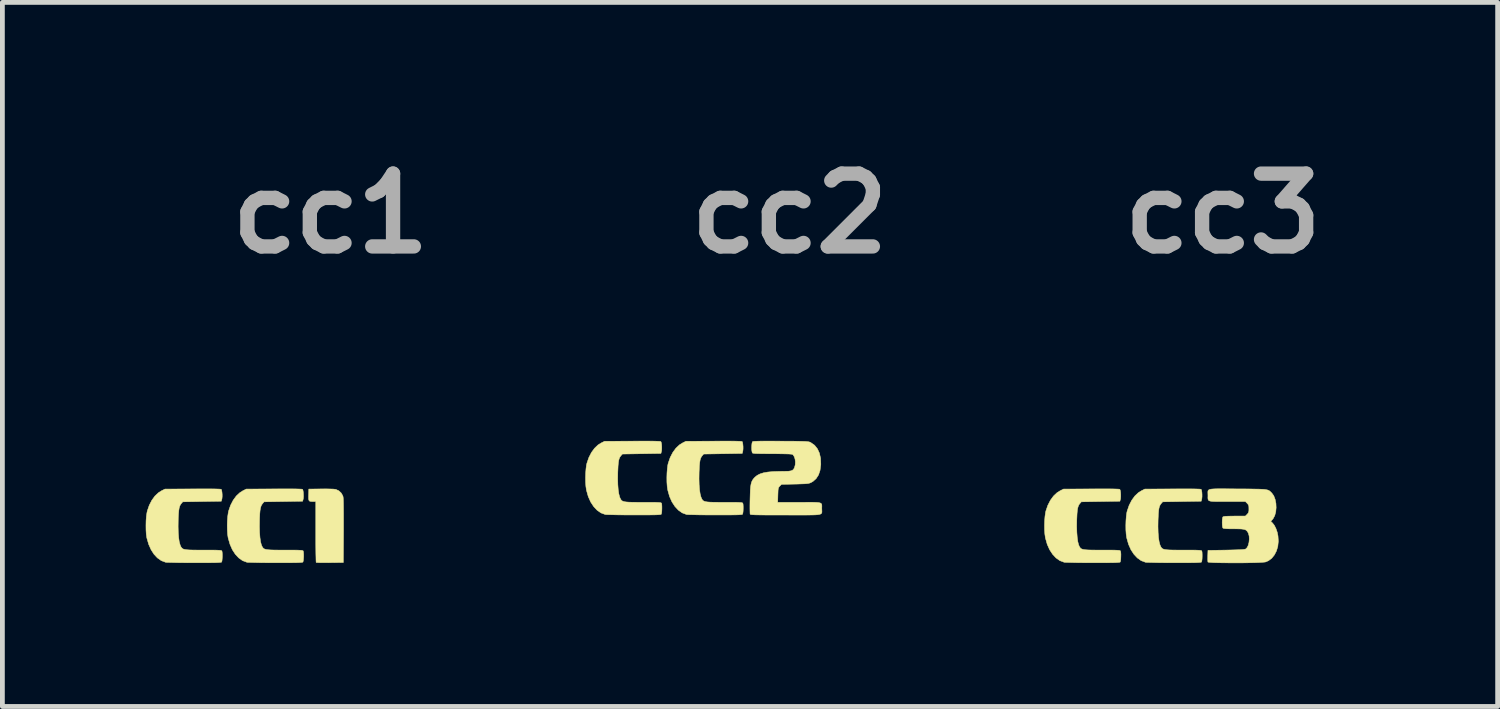
<source format=kicad_pcb>
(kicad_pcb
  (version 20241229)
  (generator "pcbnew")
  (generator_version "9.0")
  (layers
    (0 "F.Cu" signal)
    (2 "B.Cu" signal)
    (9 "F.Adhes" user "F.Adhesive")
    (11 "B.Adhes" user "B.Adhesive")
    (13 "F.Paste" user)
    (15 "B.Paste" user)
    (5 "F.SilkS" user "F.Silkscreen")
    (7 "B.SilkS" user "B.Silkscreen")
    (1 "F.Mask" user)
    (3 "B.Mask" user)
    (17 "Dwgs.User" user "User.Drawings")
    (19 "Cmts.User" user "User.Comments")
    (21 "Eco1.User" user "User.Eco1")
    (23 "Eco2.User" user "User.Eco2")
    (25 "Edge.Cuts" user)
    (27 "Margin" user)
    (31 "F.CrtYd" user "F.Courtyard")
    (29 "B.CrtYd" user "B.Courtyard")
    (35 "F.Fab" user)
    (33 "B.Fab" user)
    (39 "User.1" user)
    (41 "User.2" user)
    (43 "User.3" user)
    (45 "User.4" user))
  (footprint "cc3"
    (layer "F.Cu")
    (at 25.045 6.418)
    (property "Reference" "cc3" (at -2.5 -5 0) (layer "F.Fab") (effects (font (size 1.524 1.524) (thickness 0.3))))
    (attr through_hole)
    (fp_poly (pts (xy -4.891 0.764) (xy -4.803 0.765) (xy -4.734 0.767) (xy -4.686 0.769) (xy -4.661 0.772) (xy -4.658 0.773) (xy -4.649 0.794) (xy -4.642 0.832) (xy -4.639 0.88) (xy -4.639 0.928) (xy -4.642 0.968) (xy -4.644 0.978) (xy -4.656 1.022) (xy -5.463 1.035) (xy -5.493 1.07) (xy -5.513 1.096) (xy -5.527 1.127) (xy -5.539 1.166) (xy -5.547 1.218) (xy -5.553 1.285) (xy -5.557 1.373) (xy -5.559 1.416) (xy -5.561 1.552) (xy -5.557 1.675) (xy -5.549 1.781) (xy -5.537 1.868) (xy -5.52 1.933) (xy -5.514 1.948) (xy -5.502 1.974) (xy -5.489 1.994) (xy -5.474 2.011) (xy -5.452 2.023) (xy -5.422 2.032) (xy -5.38 2.038) (xy -5.324 2.042) (xy -5.25 2.044) (xy -5.158 2.045) (xy -5.043 2.045) (xy -5.031 2.045) (xy -4.922 2.045) (xy -4.835 2.045) (xy -4.769 2.046) (xy -4.719 2.048) (xy -4.685 2.05) (xy -4.663 2.053) (xy -4.65 2.058) (xy -4.644 2.063) (xy -4.643 2.065) (xy -4.638 2.092) (xy -4.635 2.134) (xy -4.636 2.183) (xy -4.638 2.231) (xy -4.643 2.271) (xy -4.649 2.294) (xy -4.651 2.296) (xy -4.661 2.3) (xy -4.686 2.303) (xy -4.726 2.306) (xy -4.782 2.308) (xy -4.858 2.309) (xy -4.954 2.31) (xy -5.072 2.31) (xy -5.214 2.31) (xy -5.225 2.31) (xy -5.344 2.31) (xy -5.455 2.309) (xy -5.557 2.308) (xy -5.647 2.306) (xy -5.722 2.304) (xy -5.778 2.303) (xy -5.814 2.301) (xy -5.825 2.299) (xy -5.913 2.266) (xy -5.993 2.209) (xy -6.065 2.132) (xy -6.127 2.037) (xy -6.177 1.925) (xy -6.213 1.798) (xy -6.217 1.779) (xy -6.227 1.709) (xy -6.233 1.623) (xy -6.234 1.528) (xy -6.231 1.431) (xy -6.224 1.341) (xy -6.213 1.264) (xy -6.205 1.226) (xy -6.164 1.107) (xy -6.11 1.002) (xy -6.045 0.913) (xy -5.972 0.844) (xy -5.908 0.804) (xy -5.836 0.768) (xy -5.253 0.765) (xy -5.118 0.764) (xy -4.996 0.764) (xy -4.891 0.764)) (stroke (width 0.01) (type solid)) (fill yes) (layer "F.SilkS"))
    (fp_poly (pts (xy -3.189 0.764) (xy -3.101 0.765) (xy -3.032 0.767) (xy -2.984 0.769) (xy -2.959 0.772) (xy -2.956 0.773) (xy -2.947 0.794) (xy -2.94 0.832) (xy -2.937 0.88) (xy -2.937 0.928) (xy -2.941 0.968) (xy -2.943 0.978) (xy -2.954 1.022) (xy -3.761 1.035) (xy -3.791 1.07) (xy -3.811 1.096) (xy -3.826 1.127) (xy -3.837 1.166) (xy -3.845 1.218) (xy -3.851 1.285) (xy -3.855 1.373) (xy -3.857 1.416) (xy -3.859 1.552) (xy -3.856 1.675) (xy -3.848 1.781) (xy -3.835 1.868) (xy -3.818 1.933) (xy -3.812 1.948) (xy -3.8 1.974) (xy -3.788 1.994) (xy -3.772 2.011) (xy -3.75 2.023) (xy -3.72 2.032) (xy -3.678 2.038) (xy -3.622 2.042) (xy -3.549 2.044) (xy -3.456 2.045) (xy -3.341 2.045) (xy -3.329 2.045) (xy -3.22 2.045) (xy -3.133 2.045) (xy -3.067 2.046) (xy -3.018 2.048) (xy -2.983 2.05) (xy -2.961 2.053) (xy -2.948 2.058) (xy -2.942 2.063) (xy -2.941 2.065) (xy -2.936 2.092) (xy -2.934 2.134) (xy -2.934 2.183) (xy -2.936 2.231) (xy -2.941 2.271) (xy -2.947 2.294) (xy -2.949 2.296) (xy -2.96 2.3) (xy -2.984 2.303) (xy -3.024 2.306) (xy -3.081 2.308) (xy -3.156 2.309) (xy -3.252 2.31) (xy -3.37 2.31) (xy -3.512 2.31) (xy -3.524 2.31) (xy -3.642 2.31) (xy -3.753 2.309) (xy -3.855 2.308) (xy -3.945 2.306) (xy -4.02 2.304) (xy -4.077 2.303) (xy -4.112 2.301) (xy -4.123 2.299) (xy -4.211 2.266) (xy -4.291 2.209) (xy -4.363 2.132) (xy -4.425 2.037) (xy -4.475 1.925) (xy -4.511 1.798) (xy -4.515 1.779) (xy -4.525 1.709) (xy -4.531 1.623) (xy -4.532 1.528) (xy -4.529 1.431) (xy -4.522 1.341) (xy -4.512 1.264) (xy -4.503 1.226) (xy -4.462 1.107) (xy -4.408 1.002) (xy -4.343 0.913) (xy -4.27 0.844) (xy -4.206 0.804) (xy -4.134 0.768) (xy -3.551 0.765) (xy -3.416 0.764) (xy -3.295 0.764) (xy -3.189 0.764)) (stroke (width 0.01) (type solid)) (fill yes) (layer "F.SilkS"))
    (fp_poly (pts (xy -2.494 0.762) (xy -2.384 0.763) (xy -2.251 0.764) (xy -2.194 0.765) (xy -2.051 0.765) (xy -1.931 0.766) (xy -1.832 0.768) (xy -1.751 0.769) (xy -1.686 0.772) (xy -1.635 0.775) (xy -1.596 0.781) (xy -1.566 0.787) (xy -1.542 0.796) (xy -1.524 0.807) (xy -1.507 0.821) (xy -1.491 0.837) (xy -1.476 0.852) (xy -1.435 0.91) (xy -1.407 0.984) (xy -1.39 1.069) (xy -1.386 1.157) (xy -1.394 1.244) (xy -1.415 1.323) (xy -1.449 1.387) (xy -1.46 1.401) (xy -1.498 1.444) (xy -1.461 1.479) (xy -1.424 1.527) (xy -1.39 1.594) (xy -1.363 1.672) (xy -1.347 1.75) (xy -1.34 1.861) (xy -1.351 1.966) (xy -1.379 2.062) (xy -1.422 2.146) (xy -1.478 2.216) (xy -1.546 2.267) (xy -1.605 2.293) (xy -1.633 2.297) (xy -1.681 2.301) (xy -1.747 2.305) (xy -1.827 2.308) (xy -1.919 2.31) (xy -2.019 2.312) (xy -2.125 2.313) (xy -2.233 2.313) (xy -2.34 2.313) (xy -2.443 2.312) (xy -2.539 2.311) (xy -2.626 2.309) (xy -2.7 2.307) (xy -2.758 2.303) (xy -2.797 2.3) (xy -2.814 2.295) (xy -2.814 2.295) (xy -2.816 2.275) (xy -2.818 2.237) (xy -2.817 2.187) (xy -2.817 2.164) (xy -2.813 2.051) (xy -2.432 2.045) (xy -2.307 2.042) (xy -2.206 2.039) (xy -2.128 2.036) (xy -2.072 2.032) (xy -2.038 2.027) (xy -2.024 2.023) (xy -1.993 1.992) (xy -1.969 1.943) (xy -1.954 1.882) (xy -1.948 1.816) (xy -1.951 1.752) (xy -1.966 1.696) (xy -1.976 1.676) (xy -1.993 1.65) (xy -2.012 1.631) (xy -2.036 1.617) (xy -2.07 1.609) (xy -2.118 1.603) (xy -2.183 1.601) (xy -2.27 1.6) (xy -2.274 1.6) (xy -2.364 1.6) (xy -2.43 1.597) (xy -2.474 1.593) (xy -2.496 1.587) (xy -2.499 1.585) (xy -2.508 1.564) (xy -2.513 1.521) (xy -2.515 1.467) (xy -2.513 1.409) (xy -2.507 1.368) (xy -2.499 1.349) (xy -2.483 1.343) (xy -2.448 1.338) (xy -2.391 1.335) (xy -2.312 1.334) (xy -2.257 1.333) (xy -2.03 1.333) (xy -1.993 1.296) (xy -1.972 1.272) (xy -1.961 1.248) (xy -1.956 1.214) (xy -1.956 1.181) (xy -1.957 1.135) (xy -1.964 1.105) (xy -1.978 1.082) (xy -1.993 1.066) (xy -2.03 1.029) (xy -2.412 1.029) (xy -2.524 1.029) (xy -2.613 1.029) (xy -2.682 1.028) (xy -2.733 1.025) (xy -2.769 1.019) (xy -2.792 1.01) (xy -2.806 0.996) (xy -2.812 0.977) (xy -2.814 0.952) (xy -2.813 0.919) (xy -2.813 0.895) (xy -2.814 0.864) (xy -2.815 0.839) (xy -2.814 0.817) (xy -2.81 0.8) (xy -2.799 0.787) (xy -2.78 0.777) (xy -2.752 0.77) (xy -2.711 0.766) (xy -2.655 0.763) (xy -2.584 0.762) (xy -2.494 0.762)) (stroke (width 0.01) (type solid)) (fill yes) (layer "F.SilkS")))
  (footprint "cc1"
    (layer "F.Cu")
    (at 5.87 6.418)
    (property "Reference" "cc1" (at -2 -5 0) (layer "F.Fab") (effects (font (size 1.524 1.524) (thickness 0.3))))
    (attr through_hole)
    (fp_poly (pts (xy -2.014 0.766) (xy -1.948 0.768) (xy -1.902 0.773) (xy -1.889 0.776) (xy -1.83 0.803) (xy -1.78 0.849) (xy -1.747 0.906) (xy -1.741 0.923) (xy -1.737 0.949) (xy -1.734 0.997) (xy -1.732 1.067) (xy -1.731 1.161) (xy -1.73 1.279) (xy -1.73 1.421) (xy -1.73 1.587) (xy -1.73 1.64) (xy -1.734 2.305) (xy -2.014 2.308) (xy -2.096 2.309) (xy -2.169 2.309) (xy -2.23 2.308) (xy -2.274 2.306) (xy -2.299 2.304) (xy -2.303 2.303) (xy -2.304 2.289) (xy -2.306 2.252) (xy -2.307 2.195) (xy -2.309 2.119) (xy -2.31 2.028) (xy -2.311 1.924) (xy -2.311 1.809) (xy -2.311 1.686) (xy -2.311 1.662) (xy -2.311 1.029) (xy -2.372 1.029) (xy -2.413 1.027) (xy -2.439 1.021) (xy -2.454 1.005) (xy -2.461 0.976) (xy -2.462 0.928) (xy -2.461 0.888) (xy -2.457 0.768) (xy -2.199 0.765) (xy -2.099 0.764) (xy -2.014 0.766)) (stroke (width 0.01) (type solid)) (fill yes) (layer "F.SilkS"))
    (fp_poly (pts (xy -4.523 0.764) (xy -4.434 0.765) (xy -4.366 0.767) (xy -4.318 0.769) (xy -4.293 0.772) (xy -4.29 0.773) (xy -4.281 0.794) (xy -4.274 0.832) (xy -4.27 0.88) (xy -4.27 0.928) (xy -4.274 0.968) (xy -4.276 0.978) (xy -4.288 1.022) (xy -5.095 1.035) (xy -5.125 1.07) (xy -5.144 1.096) (xy -5.159 1.127) (xy -5.17 1.166) (xy -5.178 1.218) (xy -5.184 1.285) (xy -5.189 1.373) (xy -5.19 1.416) (xy -5.192 1.552) (xy -5.189 1.675) (xy -5.181 1.781) (xy -5.169 1.868) (xy -5.151 1.933) (xy -5.146 1.948) (xy -5.134 1.974) (xy -5.121 1.994) (xy -5.105 2.011) (xy -5.084 2.023) (xy -5.053 2.032) (xy -5.011 2.038) (xy -4.955 2.042) (xy -4.882 2.044) (xy -4.789 2.045) (xy -4.674 2.045) (xy -4.663 2.045) (xy -4.553 2.045) (xy -4.467 2.045) (xy -4.4 2.046) (xy -4.351 2.048) (xy -4.317 2.05) (xy -4.294 2.053) (xy -4.282 2.058) (xy -4.276 2.063) (xy -4.275 2.065) (xy -4.27 2.092) (xy -4.267 2.134) (xy -4.267 2.183) (xy -4.27 2.231) (xy -4.274 2.271) (xy -4.281 2.294) (xy -4.282 2.296) (xy -4.293 2.3) (xy -4.317 2.303) (xy -4.357 2.306) (xy -4.414 2.308) (xy -4.49 2.309) (xy -4.586 2.31) (xy -4.704 2.31) (xy -4.845 2.31) (xy -4.857 2.31) (xy -4.975 2.31) (xy -5.087 2.309) (xy -5.189 2.308) (xy -5.279 2.306) (xy -5.353 2.304) (xy -5.41 2.303) (xy -5.446 2.301) (xy -5.457 2.299) (xy -5.544 2.266) (xy -5.625 2.209) (xy -5.697 2.132) (xy -5.758 2.037) (xy -5.808 1.925) (xy -5.845 1.798) (xy -5.849 1.779) (xy -5.859 1.709) (xy -5.864 1.623) (xy -5.865 1.528) (xy -5.863 1.431) (xy -5.856 1.341) (xy -5.845 1.264) (xy -5.837 1.226) (xy -5.796 1.107) (xy -5.742 1.002) (xy -5.677 0.913) (xy -5.603 0.844) (xy -5.54 0.804) (xy -5.467 0.768) (xy -4.884 0.765) (xy -4.749 0.764) (xy -4.628 0.764) (xy -4.523 0.764)) (stroke (width 0.01) (type solid)) (fill yes) (layer "F.SilkS"))
    (fp_poly (pts (xy -2.821 0.764) (xy -2.733 0.765) (xy -2.664 0.767) (xy -2.616 0.769) (xy -2.591 0.772) (xy -2.588 0.773) (xy -2.579 0.794) (xy -2.572 0.832) (xy -2.569 0.88) (xy -2.568 0.928) (xy -2.572 0.968) (xy -2.574 0.978) (xy -2.586 1.022) (xy -3.393 1.035) (xy -3.423 1.07) (xy -3.442 1.096) (xy -3.457 1.127) (xy -3.468 1.166) (xy -3.477 1.218) (xy -3.483 1.285) (xy -3.487 1.373) (xy -3.488 1.416) (xy -3.49 1.552) (xy -3.487 1.675) (xy -3.479 1.781) (xy -3.467 1.868) (xy -3.45 1.933) (xy -3.444 1.948) (xy -3.432 1.974) (xy -3.419 1.994) (xy -3.404 2.011) (xy -3.382 2.023) (xy -3.351 2.032) (xy -3.31 2.038) (xy -3.253 2.042) (xy -3.18 2.044) (xy -3.088 2.045) (xy -2.972 2.045) (xy -2.961 2.045) (xy -2.852 2.045) (xy -2.765 2.045) (xy -2.698 2.046) (xy -2.649 2.048) (xy -2.615 2.05) (xy -2.593 2.053) (xy -2.58 2.058) (xy -2.574 2.063) (xy -2.573 2.065) (xy -2.568 2.092) (xy -2.565 2.134) (xy -2.565 2.183) (xy -2.568 2.231) (xy -2.573 2.271) (xy -2.579 2.294) (xy -2.581 2.296) (xy -2.591 2.3) (xy -2.616 2.303) (xy -2.655 2.306) (xy -2.712 2.308) (xy -2.788 2.309) (xy -2.884 2.31) (xy -3.002 2.31) (xy -3.144 2.31) (xy -3.155 2.31) (xy -3.274 2.31) (xy -3.385 2.309) (xy -3.487 2.308) (xy -3.577 2.306) (xy -3.652 2.304) (xy -3.708 2.303) (xy -3.744 2.301) (xy -3.755 2.299) (xy -3.843 2.266) (xy -3.923 2.209) (xy -3.995 2.132) (xy -4.057 2.037) (xy -4.106 1.925) (xy -4.143 1.798) (xy -4.147 1.779) (xy -4.157 1.709) (xy -4.162 1.623) (xy -4.164 1.528) (xy -4.161 1.431) (xy -4.154 1.341) (xy -4.143 1.264) (xy -4.135 1.226) (xy -4.094 1.107) (xy -4.04 1.002) (xy -3.975 0.913) (xy -3.901 0.844) (xy -3.838 0.804) (xy -3.766 0.768) (xy -3.183 0.765) (xy -3.048 0.764) (xy -2.926 0.764) (xy -2.821 0.764)) (stroke (width 0.01) (type solid)) (fill yes) (layer "F.SilkS")))
  (footprint "cc2"
    (layer "F.Cu")
    (at 15.477 5.418)
    (property "Reference" "cc2" (at -2 -4 0) (layer "F.Fab") (effects (font (size 1.524 1.524) (thickness 0.3))))
    (attr through_hole)
    (fp_poly (pts (xy -4.929 0.764) (xy -4.841 0.765) (xy -4.772 0.767) (xy -4.724 0.769) (xy -4.699 0.772) (xy -4.696 0.773) (xy -4.687 0.794) (xy -4.68 0.832) (xy -4.677 0.88) (xy -4.677 0.928) (xy -4.68 0.968) (xy -4.683 0.978) (xy -4.694 1.022) (xy -5.501 1.035) (xy -5.531 1.07) (xy -5.551 1.096) (xy -5.566 1.127) (xy -5.577 1.166) (xy -5.585 1.218) (xy -5.591 1.285) (xy -5.595 1.373) (xy -5.597 1.416) (xy -5.599 1.552) (xy -5.596 1.675) (xy -5.588 1.781) (xy -5.575 1.868) (xy -5.558 1.933) (xy -5.552 1.948) (xy -5.54 1.974) (xy -5.528 1.994) (xy -5.512 2.011) (xy -5.49 2.023) (xy -5.46 2.032) (xy -5.418 2.038) (xy -5.362 2.042) (xy -5.289 2.044) (xy -5.196 2.045) (xy -5.081 2.045) (xy -5.069 2.045) (xy -4.96 2.045) (xy -4.873 2.045) (xy -4.807 2.046) (xy -4.757 2.048) (xy -4.723 2.05) (xy -4.701 2.053) (xy -4.688 2.058) (xy -4.682 2.063) (xy -4.681 2.065) (xy -4.676 2.092) (xy -4.674 2.134) (xy -4.674 2.183) (xy -4.676 2.231) (xy -4.681 2.271) (xy -4.687 2.294) (xy -4.689 2.296) (xy -4.699 2.3) (xy -4.724 2.303) (xy -4.764 2.306) (xy -4.821 2.308) (xy -4.896 2.309) (xy -4.992 2.31) (xy -5.11 2.31) (xy -5.252 2.31) (xy -5.264 2.31) (xy -5.382 2.31) (xy -5.493 2.309) (xy -5.595 2.308) (xy -5.685 2.306) (xy -5.76 2.304) (xy -5.816 2.303) (xy -5.852 2.301) (xy -5.863 2.299) (xy -5.951 2.266) (xy -6.031 2.209) (xy -6.103 2.132) (xy -6.165 2.037) (xy -6.215 1.925) (xy -6.251 1.798) (xy -6.255 1.779) (xy -6.265 1.709) (xy -6.271 1.623) (xy -6.272 1.528) (xy -6.269 1.431) (xy -6.262 1.341) (xy -6.252 1.264) (xy -6.243 1.226) (xy -6.202 1.107) (xy -6.148 1.002) (xy -6.083 0.913) (xy -6.01 0.844) (xy -5.946 0.804) (xy -5.874 0.768) (xy -5.291 0.765) (xy -5.156 0.764) (xy -5.035 0.764) (xy -4.929 0.764)) (stroke (width 0.01) (type solid)) (fill yes) (layer "F.SilkS"))
    (fp_poly (pts (xy -3.227 0.764) (xy -3.139 0.765) (xy -3.07 0.767) (xy -3.022 0.769) (xy -2.997 0.772) (xy -2.994 0.773) (xy -2.985 0.794) (xy -2.979 0.832) (xy -2.975 0.88) (xy -2.975 0.928) (xy -2.979 0.968) (xy -2.981 0.978) (xy -2.992 1.022) (xy -3.8 1.035) (xy -3.83 1.07) (xy -3.849 1.096) (xy -3.864 1.127) (xy -3.875 1.166) (xy -3.883 1.218) (xy -3.889 1.285) (xy -3.893 1.373) (xy -3.895 1.416) (xy -3.897 1.552) (xy -3.894 1.675) (xy -3.886 1.781) (xy -3.873 1.868) (xy -3.856 1.933) (xy -3.85 1.948) (xy -3.838 1.974) (xy -3.826 1.994) (xy -3.81 2.011) (xy -3.788 2.023) (xy -3.758 2.032) (xy -3.716 2.038) (xy -3.66 2.042) (xy -3.587 2.044) (xy -3.494 2.045) (xy -3.379 2.045) (xy -3.367 2.045) (xy -3.258 2.045) (xy -3.171 2.045) (xy -3.105 2.046) (xy -3.056 2.048) (xy -3.021 2.05) (xy -2.999 2.053) (xy -2.986 2.058) (xy -2.98 2.063) (xy -2.98 2.065) (xy -2.974 2.092) (xy -2.972 2.134) (xy -2.972 2.183) (xy -2.974 2.231) (xy -2.979 2.271) (xy -2.986 2.294) (xy -2.987 2.296) (xy -2.998 2.3) (xy -3.022 2.303) (xy -3.062 2.306) (xy -3.119 2.308) (xy -3.194 2.309) (xy -3.29 2.31) (xy -3.408 2.31) (xy -3.55 2.31) (xy -3.562 2.31) (xy -3.68 2.31) (xy -3.792 2.309) (xy -3.894 2.308) (xy -3.983 2.306) (xy -4.058 2.304) (xy -4.115 2.303) (xy -4.151 2.301) (xy -4.161 2.299) (xy -4.249 2.266) (xy -4.329 2.209) (xy -4.401 2.132) (xy -4.463 2.037) (xy -4.513 1.925) (xy -4.549 1.798) (xy -4.553 1.779) (xy -4.563 1.709) (xy -4.569 1.623) (xy -4.57 1.528) (xy -4.567 1.431) (xy -4.56 1.341) (xy -4.55 1.264) (xy -4.541 1.226) (xy -4.5 1.107) (xy -4.446 1.002) (xy -4.381 0.913) (xy -4.308 0.844) (xy -4.244 0.804) (xy -4.172 0.768) (xy -3.589 0.765) (xy -3.454 0.764) (xy -3.333 0.764) (xy -3.227 0.764)) (stroke (width 0.01) (type solid)) (fill yes) (layer "F.SilkS"))
    (fp_poly (pts (xy -2.321 0.764) (xy -2.183 0.765) (xy -2.046 0.766) (xy -1.933 0.766) (xy -1.841 0.767) (xy -1.767 0.769) (xy -1.709 0.77) (xy -1.664 0.772) (xy -1.631 0.775) (xy -1.606 0.778) (xy -1.588 0.782) (xy -1.573 0.787) (xy -1.561 0.793) (xy -1.556 0.796) (xy -1.478 0.851) (xy -1.419 0.925) (xy -1.377 1.016) (xy -1.353 1.123) (xy -1.348 1.245) (xy -1.349 1.263) (xy -1.364 1.377) (xy -1.396 1.472) (xy -1.446 1.549) (xy -1.512 1.608) (xy -1.547 1.628) (xy -1.568 1.638) (xy -1.589 1.645) (xy -1.615 1.651) (xy -1.649 1.655) (xy -1.695 1.658) (xy -1.757 1.66) (xy -1.838 1.663) (xy -1.889 1.664) (xy -2.171 1.67) (xy -2.206 1.705) (xy -2.221 1.721) (xy -2.231 1.738) (xy -2.238 1.76) (xy -2.242 1.793) (xy -2.244 1.842) (xy -2.246 1.893) (xy -2.25 2.045) (xy -1.798 2.045) (xy -1.676 2.045) (xy -1.576 2.044) (xy -1.498 2.045) (xy -1.438 2.047) (xy -1.393 2.051) (xy -1.362 2.058) (xy -1.343 2.068) (xy -1.331 2.083) (xy -1.327 2.102) (xy -1.326 2.127) (xy -1.327 2.157) (xy -1.327 2.178) (xy -1.326 2.206) (xy -1.325 2.23) (xy -1.325 2.25) (xy -1.328 2.266) (xy -1.336 2.279) (xy -1.351 2.29) (xy -1.375 2.298) (xy -1.41 2.304) (xy -1.458 2.308) (xy -1.519 2.31) (xy -1.598 2.311) (xy -1.694 2.312) (xy -1.811 2.312) (xy -1.949 2.312) (xy -2.083 2.311) (xy -2.24 2.311) (xy -2.374 2.311) (xy -2.487 2.311) (xy -2.579 2.31) (xy -2.653 2.309) (xy -2.712 2.308) (xy -2.756 2.306) (xy -2.788 2.304) (xy -2.809 2.301) (xy -2.821 2.298) (xy -2.827 2.294) (xy -2.827 2.293) (xy -2.829 2.275) (xy -2.83 2.236) (xy -2.831 2.179) (xy -2.831 2.109) (xy -2.83 2.028) (xy -2.829 1.985) (xy -2.826 1.875) (xy -2.823 1.788) (xy -2.817 1.719) (xy -2.808 1.664) (xy -2.796 1.621) (xy -2.78 1.586) (xy -2.759 1.555) (xy -2.731 1.524) (xy -2.725 1.518) (xy -2.679 1.481) (xy -2.62 1.451) (xy -2.548 1.428) (xy -2.458 1.412) (xy -2.349 1.402) (xy -2.219 1.398) (xy -2.165 1.397) (xy -2.082 1.396) (xy -2.02 1.394) (xy -1.976 1.387) (xy -1.945 1.376) (xy -1.923 1.359) (xy -1.907 1.335) (xy -1.897 1.313) (xy -1.883 1.259) (xy -1.88 1.199) (xy -1.887 1.14) (xy -1.904 1.089) (xy -1.928 1.052) (xy -1.941 1.042) (xy -1.963 1.038) (xy -2.01 1.034) (xy -2.08 1.032) (xy -2.175 1.03) (xy -2.293 1.029) (xy -2.365 1.029) (xy -2.486 1.028) (xy -2.584 1.027) (xy -2.659 1.026) (xy -2.715 1.024) (xy -2.752 1.02) (xy -2.773 1.016) (xy -2.779 1.013) (xy -2.787 0.992) (xy -2.793 0.953) (xy -2.795 0.906) (xy -2.793 0.856) (xy -2.789 0.813) (xy -2.781 0.783) (xy -2.776 0.776) (xy -2.764 0.772) (xy -2.737 0.769) (xy -2.693 0.767) (xy -2.631 0.765) (xy -2.549 0.764) (xy -2.446 0.764) (xy -2.321 0.764)) (stroke (width 0.01) (type solid)) (fill yes) (layer "F.SilkS")))
  (gr_rect
    (start -3 -3)
    (end 28.295 11.736)
    (stroke (width 0.1) (type default))
    (fill no)
    (layer "Edge.Cuts")))
</source>
